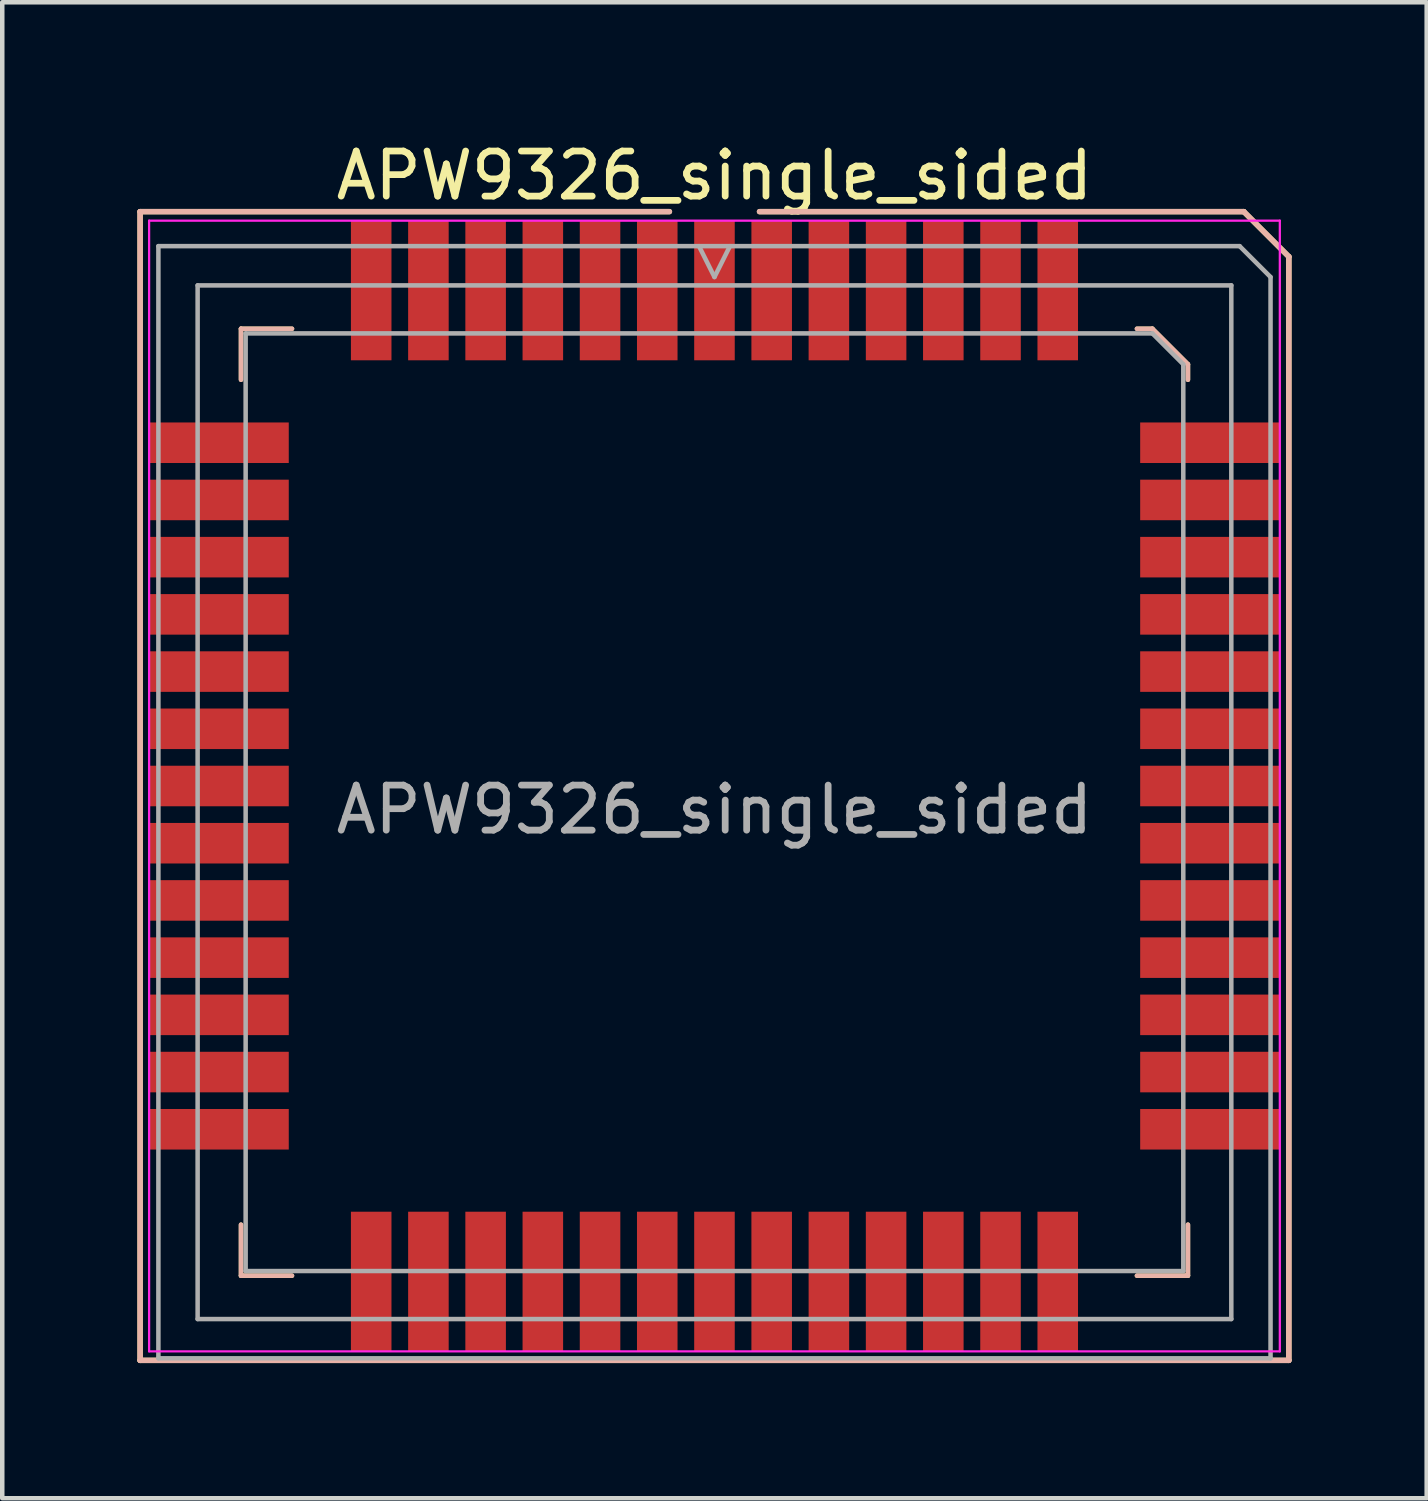
<source format=kicad_pcb>
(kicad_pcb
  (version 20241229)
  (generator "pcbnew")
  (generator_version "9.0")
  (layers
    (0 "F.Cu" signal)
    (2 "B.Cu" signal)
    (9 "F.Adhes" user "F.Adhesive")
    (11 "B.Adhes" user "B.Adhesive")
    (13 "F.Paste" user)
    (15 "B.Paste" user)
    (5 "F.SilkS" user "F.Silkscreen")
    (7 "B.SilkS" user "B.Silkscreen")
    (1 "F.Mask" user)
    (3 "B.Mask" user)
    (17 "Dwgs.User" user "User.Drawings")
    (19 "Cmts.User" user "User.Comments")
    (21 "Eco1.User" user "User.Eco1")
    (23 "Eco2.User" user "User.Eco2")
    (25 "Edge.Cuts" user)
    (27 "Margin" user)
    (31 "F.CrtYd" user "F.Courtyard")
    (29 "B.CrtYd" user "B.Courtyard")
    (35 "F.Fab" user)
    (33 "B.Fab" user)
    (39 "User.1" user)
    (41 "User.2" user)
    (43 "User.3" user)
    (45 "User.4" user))
  (footprint "APW9326_single_sided"
    (layer "F.Cu")
    (at 12.81 14.398)
    (property "Reference" "APW9326_single_sided" (at 0 -13.55 180) (layer "F.SilkS") (effects (font (size 1 1) (thickness 0.15))))
    (attr smd)
    (fp_line (start -12.75 -12.75) (end -1 -12.75) (stroke (width 0.12) (type solid)) (layer "F.SilkS"))
    (fp_line (start -12.75 12.75) (end -12.75 -12.75) (stroke (width 0.12) (type solid)) (layer "F.SilkS"))
    (fp_line (start -10.51 -10.15) (end -10.51 -9.018) (stroke (width 0.1) (type solid)) (layer "F.SilkS"))
    (fp_line (start -10.51 10.87) (end -10.51 9.738) (stroke (width 0.1) (type solid)) (layer "F.SilkS"))
    (fp_line (start -9.378 -10.15) (end -10.51 -10.15) (stroke (width 0.1) (type solid)) (layer "F.SilkS"))
    (fp_line (start -9.378 10.87) (end -10.51 10.87) (stroke (width 0.1) (type solid)) (layer "F.SilkS"))
    (fp_line (start 1 -12.75) (end 11.75 -12.75) (stroke (width 0.12) (type solid)) (layer "F.SilkS"))
    (fp_line (start 9.378 -10.15) (end 9.721 -10.15) (stroke (width 0.1) (type solid)) (layer "F.SilkS"))
    (fp_line (start 9.378 10.87) (end 10.51 10.87) (stroke (width 0.1) (type solid)) (layer "F.SilkS"))
    (fp_line (start 9.721 -10.15) (end 10.51 -9.361) (stroke (width 0.1) (type solid)) (layer "F.SilkS"))
    (fp_line (start 10.51 -9.361) (end 10.51 -9.018) (stroke (width 0.1) (type solid)) (layer "F.SilkS"))
    (fp_line (start 10.51 10.87) (end 10.51 9.738) (stroke (width 0.1) (type solid)) (layer "F.SilkS"))
    (fp_line (start 11.75 -12.75) (end 12.75 -11.75) (stroke (width 0.12) (type solid)) (layer "F.SilkS"))
    (fp_line (start 12.75 -11.75) (end 12.75 12.75) (stroke (width 0.12) (type solid)) (layer "F.SilkS"))
    (fp_line (start 12.75 12.75) (end -12.75 12.75) (stroke (width 0.12) (type solid)) (layer "F.SilkS"))
    (fp_line (start -12.75 -12.75) (end -1 -12.75) (stroke (width 0.12) (type solid)) (layer "B.SilkS"))
    (fp_line (start -12.75 12.75) (end -12.75 -12.75) (stroke (width 0.12) (type solid)) (layer "B.SilkS"))
    (fp_line (start -10.51 -10.15) (end -10.51 -9.018) (stroke (width 0.1) (type solid)) (layer "B.SilkS"))
    (fp_line (start -10.51 10.87) (end -10.51 9.738) (stroke (width 0.1) (type solid)) (layer "B.SilkS"))
    (fp_line (start -9.378 -10.15) (end -10.51 -10.15) (stroke (width 0.1) (type solid)) (layer "B.SilkS"))
    (fp_line (start -9.378 10.87) (end -10.51 10.87) (stroke (width 0.1) (type solid)) (layer "B.SilkS"))
    (fp_line (start 1 -12.75) (end 11.75 -12.75) (stroke (width 0.12) (type solid)) (layer "B.SilkS"))
    (fp_line (start 9.378 -10.15) (end 9.721 -10.15) (stroke (width 0.1) (type solid)) (layer "B.SilkS"))
    (fp_line (start 9.378 10.87) (end 10.51 10.87) (stroke (width 0.1) (type solid)) (layer "B.SilkS"))
    (fp_line (start 9.721 -10.15) (end 10.51 -9.361) (stroke (width 0.1) (type solid)) (layer "B.SilkS"))
    (fp_line (start 10.51 -9.361) (end 10.51 -9.018) (stroke (width 0.1) (type solid)) (layer "B.SilkS"))
    (fp_line (start 10.51 10.87) (end 10.51 9.738) (stroke (width 0.1) (type solid)) (layer "B.SilkS"))
    (fp_line (start 11.75 -12.75) (end 12.75 -11.75) (stroke (width 0.12) (type solid)) (layer "B.SilkS"))
    (fp_line (start 12.75 -11.75) (end 12.75 12.75) (stroke (width 0.12) (type solid)) (layer "B.SilkS"))
    (fp_line (start 12.75 12.75) (end -12.75 12.75) (stroke (width 0.12) (type solid)) (layer "B.SilkS"))
    (fp_line (start -12.55 -12.55) (end 12.55 -12.55) (stroke (width 0.05) (type solid)) (layer "F.CrtYd"))
    (fp_line (start -12.55 12.55) (end -12.55 -12.55) (stroke (width 0.05) (type solid)) (layer "F.CrtYd"))
    (fp_line (start 12.55 -12.55) (end 12.55 12.55) (stroke (width 0.05) (type solid)) (layer "F.CrtYd"))
    (fp_line (start 12.55 12.55) (end -12.55 12.55) (stroke (width 0.05) (type solid)) (layer "F.CrtYd"))
    (fp_line (start -12.344 -11.984) (end 11.658 -11.984) (stroke (width 0.1) (type solid)) (layer "F.Fab"))
    (fp_line (start -12.344 12.704) (end -12.344 -11.984) (stroke (width 0.1) (type solid)) (layer "F.Fab"))
    (fp_line (start -11.473 -11.113) (end 11.473 -11.113) (stroke (width 0.1) (type solid)) (layer "F.Fab"))
    (fp_line (start -11.473 11.833) (end -11.473 -11.113) (stroke (width 0.1) (type solid)) (layer "F.Fab"))
    (fp_line (start -10.407 -10.047) (end 9.721 -10.047) (stroke (width 0.1) (type solid)) (layer "F.Fab"))
    (fp_line (start -10.407 10.767) (end -10.407 -10.047) (stroke (width 0.1) (type solid)) (layer "F.Fab"))
    (fp_line (start 0 -11.298) (end -0.343 -11.984) (stroke (width 0.1) (type solid)) (layer "F.Fab"))
    (fp_line (start 0.343 -11.984) (end 0 -11.298) (stroke (width 0.1) (type solid)) (layer "F.Fab"))
    (fp_line (start 9.721 -10.047) (end 10.407 -9.361) (stroke (width 0.1) (type solid)) (layer "F.Fab"))
    (fp_line (start 10.407 -9.361) (end 10.407 10.767) (stroke (width 0.1) (type solid)) (layer "F.Fab"))
    (fp_line (start 10.407 10.767) (end -10.407 10.767) (stroke (width 0.1) (type solid)) (layer "F.Fab"))
    (fp_line (start 11.473 -11.113) (end 11.473 11.833) (stroke (width 0.1) (type solid)) (layer "F.Fab"))
    (fp_line (start 11.473 11.833) (end -11.473 11.833) (stroke (width 0.1) (type solid)) (layer "F.Fab"))
    (fp_line (start 11.658 -11.984) (end 12.344 -11.298) (stroke (width 0.1) (type solid)) (layer "F.Fab"))
    (fp_line (start 12.344 -11.298) (end 12.344 12.704) (stroke (width 0.1) (type solid)) (layer "F.Fab"))
    (fp_line (start 12.344 12.704) (end -12.344 12.704) (stroke (width 0.1) (type solid)) (layer "F.Fab"))
    (fp_text user "${REFERENCE}" (at 0 0.525 180) (layer "F.Fab") (effects (font (size 1 1) (thickness 0.15))))
    (pad "1" smd rect (at 0 -11) (size 0.9 3.1) (layers "F.Cu" "F.Mask" "F.Paste"))
    (pad "2" smd rect (at 1.27 -11) (size 0.9 3.1) (layers "F.Cu" "F.Mask" "F.Paste"))
    (pad "3" smd rect (at 2.54 -11) (size 0.9 3.1) (layers "F.Cu" "F.Mask" "F.Paste"))
    (pad "4" smd rect (at 3.81 -11) (size 0.9 3.1) (layers "F.Cu" "F.Mask" "F.Paste"))
    (pad "5" smd rect (at 5.08 -11) (size 0.9 3.1) (layers "F.Cu" "F.Mask" "F.Paste"))
    (pad "6" smd rect (at 6.35 -11) (size 0.9 3.1) (layers "F.Cu" "F.Mask" "F.Paste"))
    (pad "7" smd rect (at 7.62 -11) (size 0.9 3.1) (layers "F.Cu" "F.Mask" "F.Paste"))
    (pad "8" smd rect (at 11 -7.62) (size 3.1 0.9) (layers "F.Cu" "F.Mask" "F.Paste"))
    (pad "9" smd rect (at 11 -6.35) (size 3.1 0.9) (layers "F.Cu" "F.Mask" "F.Paste"))
    (pad "10" smd rect (at 11 -5.08) (size 3.1 0.9) (layers "F.Cu" "F.Mask" "F.Paste"))
    (pad "11" smd rect (at 11 -3.81) (size 3.1 0.9) (layers "F.Cu" "F.Mask" "F.Paste"))
    (pad "12" smd rect (at 11 -2.54) (size 3.1 0.9) (layers "F.Cu" "F.Mask" "F.Paste"))
    (pad "13" smd rect (at 11 -1.27) (size 3.1 0.9) (layers "F.Cu" "F.Mask" "F.Paste"))
    (pad "14" smd rect (at 11 0) (size 3.1 0.9) (layers "F.Cu" "F.Mask" "F.Paste"))
    (pad "15" smd rect (at 11 1.27) (size 3.1 0.9) (layers "F.Cu" "F.Mask" "F.Paste"))
    (pad "16" smd rect (at 11 2.54) (size 3.1 0.9) (layers "F.Cu" "F.Mask" "F.Paste"))
    (pad "17" smd rect (at 11 3.81) (size 3.1 0.9) (layers "F.Cu" "F.Mask" "F.Paste"))
    (pad "18" smd rect (at 11 5.08) (size 3.1 0.9) (layers "F.Cu" "F.Mask" "F.Paste"))
    (pad "19" smd rect (at 11 6.35) (size 3.1 0.9) (layers "F.Cu" "F.Mask" "F.Paste"))
    (pad "20" smd rect (at 11 7.62) (size 3.1 0.9) (layers "F.Cu" "F.Mask" "F.Paste"))
    (pad "21" smd rect (at 7.62 11) (size 0.9 3.1) (layers "F.Cu" "F.Mask" "F.Paste"))
    (pad "22" smd rect (at 6.35 11) (size 0.9 3.1) (layers "F.Cu" "F.Mask" "F.Paste"))
    (pad "23" smd rect (at 5.08 11) (size 0.9 3.1) (layers "F.Cu" "F.Mask" "F.Paste"))
    (pad "24" smd rect (at 3.81 11) (size 0.9 3.1) (layers "F.Cu" "F.Mask" "F.Paste"))
    (pad "25" smd rect (at 2.54 11) (size 0.9 3.1) (layers "F.Cu" "F.Mask" "F.Paste"))
    (pad "26" smd rect (at 1.27 11) (size 0.9 3.1) (layers "F.Cu" "F.Mask" "F.Paste"))
    (pad "27" smd rect (at 0 11) (size 0.9 3.1) (layers "F.Cu" "F.Mask" "F.Paste"))
    (pad "28" smd rect (at -1.27 11) (size 0.9 3.1) (layers "F.Cu" "F.Mask" "F.Paste"))
    (pad "29" smd rect (at -2.54 11) (size 0.9 3.1) (layers "F.Cu" "F.Mask" "F.Paste"))
    (pad "30" smd rect (at -3.81 11) (size 0.9 3.1) (layers "F.Cu" "F.Mask" "F.Paste"))
    (pad "31" smd rect (at -5.08 11) (size 0.9 3.1) (layers "F.Cu" "F.Mask" "F.Paste"))
    (pad "32" smd rect (at -6.35 11) (size 0.9 3.1) (layers "F.Cu" "F.Mask" "F.Paste"))
    (pad "33" smd rect (at -7.62 11) (size 0.9 3.1) (layers "F.Cu" "F.Mask" "F.Paste"))
    (pad "34" smd rect (at -11 7.62) (size 3.1 0.9) (layers "F.Cu" "F.Mask" "F.Paste"))
    (pad "35" smd rect (at -11 6.35) (size 3.1 0.9) (layers "F.Cu" "F.Mask" "F.Paste"))
    (pad "36" smd rect (at -11 5.08) (size 3.1 0.9) (layers "F.Cu" "F.Mask" "F.Paste"))
    (pad "37" smd rect (at -11 3.81) (size 3.1 0.9) (layers "F.Cu" "F.Mask" "F.Paste"))
    (pad "38" smd rect (at -11 2.54) (size 3.1 0.9) (layers "F.Cu" "F.Mask" "F.Paste"))
    (pad "39" smd rect (at -11 1.27) (size 3.1 0.9) (layers "F.Cu" "F.Mask" "F.Paste"))
    (pad "40" smd rect (at -11 0) (size 3.1 0.9) (layers "F.Cu" "F.Mask" "F.Paste"))
    (pad "41" smd rect (at -11 -1.27) (size 3.1 0.9) (layers "F.Cu" "F.Mask" "F.Paste"))
    (pad "42" smd rect (at -11 -2.54) (size 3.1 0.9) (layers "F.Cu" "F.Mask" "F.Paste"))
    (pad "43" smd rect (at -11 -3.81) (size 3.1 0.9) (layers "F.Cu" "F.Mask" "F.Paste"))
    (pad "44" smd rect (at -11 -5.08) (size 3.1 0.9) (layers "F.Cu" "F.Mask" "F.Paste"))
    (pad "45" smd rect (at -11 -6.35) (size 3.1 0.9) (layers "F.Cu" "F.Mask" "F.Paste"))
    (pad "46" smd rect (at -11 -7.62) (size 3.1 0.9) (layers "F.Cu" "F.Mask" "F.Paste"))
    (pad "47" smd rect (at -7.62 -11) (size 0.9 3.1) (layers "F.Cu" "F.Mask" "F.Paste"))
    (pad "48" smd rect (at -6.35 -11) (size 0.9 3.1) (layers "F.Cu" "F.Mask" "F.Paste"))
    (pad "49" smd rect (at -5.08 -11) (size 0.9 3.1) (layers "F.Cu" "F.Mask" "F.Paste"))
    (pad "50" smd rect (at -3.81 -11) (size 0.9 3.1) (layers "F.Cu" "F.Mask" "F.Paste"))
    (pad "51" smd rect (at -2.54 -11) (size 0.9 3.1) (layers "F.Cu" "F.Mask" "F.Paste"))
    (pad "52" smd rect (at -1.27 -11) (size 0.9 3.1) (layers "F.Cu" "F.Mask" "F.Paste")))
  (gr_rect
    (start -3 -3)
    (end 28.62 30.208)
    (stroke (width 0.1) (type default))
    (fill no)
    (layer "Edge.Cuts")))
</source>
